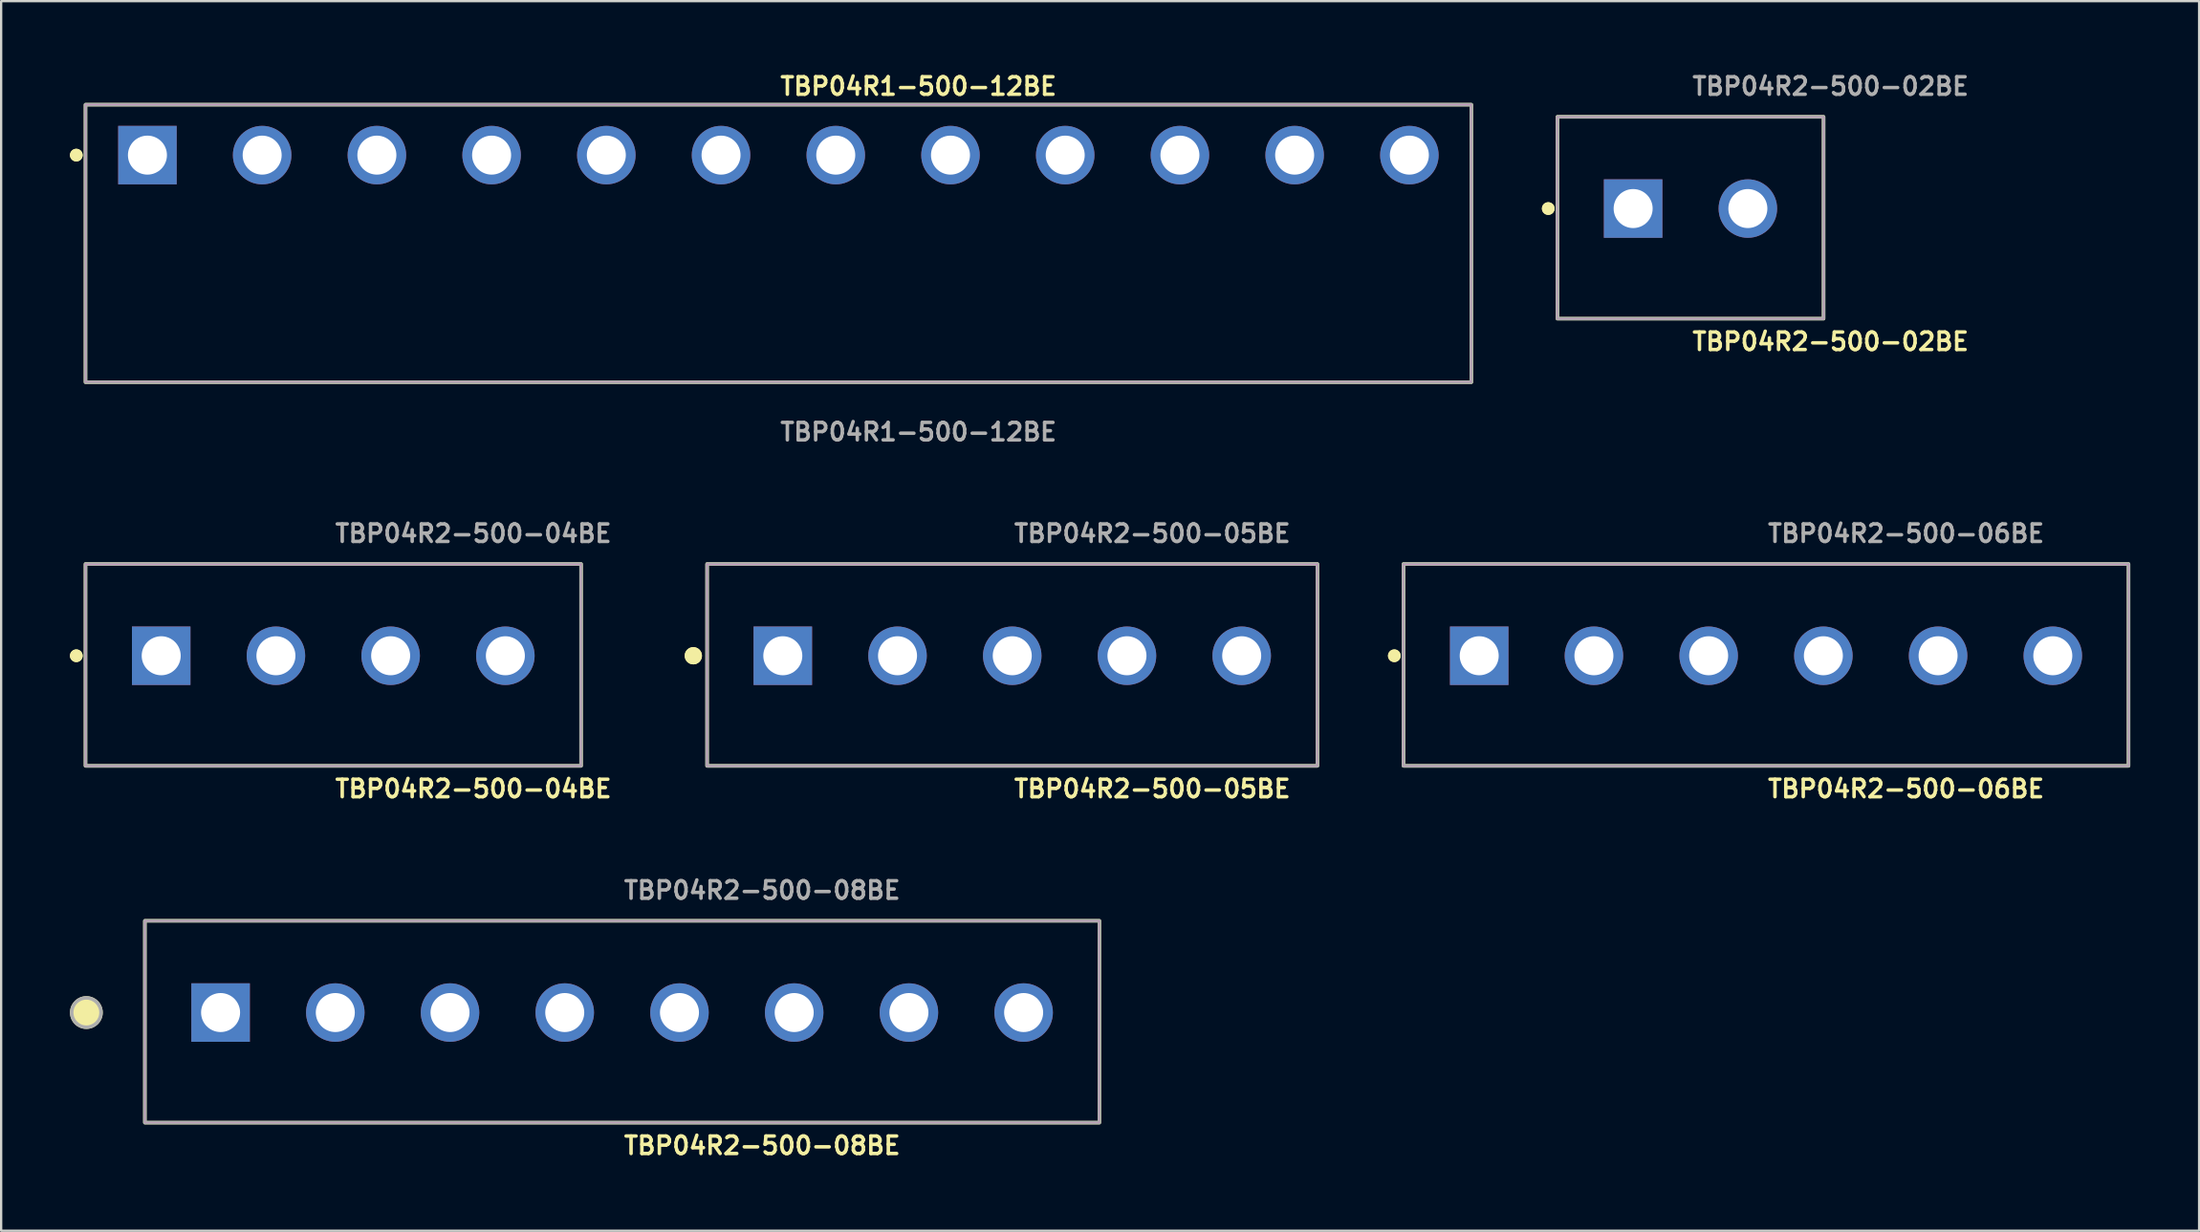
<source format=kicad_pcb>
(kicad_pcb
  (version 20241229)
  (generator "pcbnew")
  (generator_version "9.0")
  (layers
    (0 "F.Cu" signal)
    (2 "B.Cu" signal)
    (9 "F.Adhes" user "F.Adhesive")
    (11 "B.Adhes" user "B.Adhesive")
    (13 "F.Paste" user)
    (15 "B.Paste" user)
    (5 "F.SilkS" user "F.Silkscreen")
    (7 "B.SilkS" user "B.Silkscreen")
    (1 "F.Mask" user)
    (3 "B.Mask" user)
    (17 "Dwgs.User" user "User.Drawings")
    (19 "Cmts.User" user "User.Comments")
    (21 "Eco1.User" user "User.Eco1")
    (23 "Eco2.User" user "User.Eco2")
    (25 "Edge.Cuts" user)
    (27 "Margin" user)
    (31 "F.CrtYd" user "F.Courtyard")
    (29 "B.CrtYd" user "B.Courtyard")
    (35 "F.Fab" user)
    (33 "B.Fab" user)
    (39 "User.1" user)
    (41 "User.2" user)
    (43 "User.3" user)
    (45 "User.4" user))
  (footprint "TBP04R2-500-05BE"
    (layer "F.Cu")
    (at 41.068 25.54)
    (property "Reference" "TBP04R2-500-05BE" (at 0 5.8 0) (unlocked yes) (layer "F.SilkS") (effects (font (size 0.762 0.762) (thickness 0.152)) (justify left)))
    (fp_rect (start -13.3 4.8) (end 13.3 -4) (stroke (width 0.152) (type solid)) (fill no) (layer "F.SilkS"))
    (fp_circle (center -13.9 0) (end -14.2 0) (stroke (width 0.152) (type solid)) (fill yes) (layer "F.SilkS"))
    (fp_circle (center -13.9 0) (end -14.2 0) (stroke (width 0.152) (type solid)) (fill yes) (layer "F.SilkS"))
    (fp_rect (start -13.3 4.8) (end 13.3 -4) (stroke (width 0.006) (type solid)) (fill no) (layer "F.CrtYd"))
    (fp_rect (start -13.3 4.8) (end 13.3 -4) (stroke (width 0.152) (type solid)) (fill no) (layer "F.Fab"))
    (fp_text user "${REFERENCE}" (at 0 -5.33 0) (unlocked yes) (layer "F.Fab") (effects (font (size 0.762 0.762) (thickness 0.152)) (justify left)))
    (pad "1" thru_hole rect (at -10 0) (size 2.55 2.55) (drill 1.7) (layers "*.Cu" "*.Mask"))
    (pad "2" thru_hole circle (at -5 0) (size 2.55 2.55) (drill 1.7) (layers "*.Cu" "*.Mask"))
    (pad "3" thru_hole circle (at 0 0) (size 2.55 2.55) (drill 1.7) (layers "*.Cu" "*.Mask"))
    (pad "4" thru_hole circle (at 5 0) (size 2.55 2.55) (drill 1.7) (layers "*.Cu" "*.Mask"))
    (pad "5" thru_hole circle (at 10 0) (size 2.55 2.55) (drill 1.7) (layers "*.Cu" "*.Mask")))
  (footprint "TBP04R2-500-06BE"
    (layer "F.Cu")
    (at 73.92 25.54)
    (property "Reference" "TBP04R2-500-06BE" (at 0 5.8 0) (unlocked yes) (layer "F.SilkS") (effects (font (size 0.762 0.762) (thickness 0.152)) (justify left)))
    (fp_rect (start -15.8 4.8) (end 15.8 -4) (stroke (width 0.152) (type solid)) (fill no) (layer "F.SilkS"))
    (fp_circle (center -16.2 0) (end -16.4 0) (stroke (width 0.152) (type solid)) (fill yes) (layer "F.SilkS"))
    (fp_circle (center -16.2 0) (end -16.4 0) (stroke (width 0.152) (type solid)) (fill yes) (layer "F.SilkS"))
    (fp_rect (start -15.8 4.8) (end 15.8 -4) (stroke (width 0.006) (type solid)) (fill no) (layer "F.CrtYd"))
    (fp_rect (start -15.8 4.8) (end 15.8 -4) (stroke (width 0.152) (type solid)) (fill no) (layer "F.Fab"))
    (fp_text user "${REFERENCE}" (at 0 -5.33 0) (unlocked yes) (layer "F.Fab") (effects (font (size 0.762 0.762) (thickness 0.152)) (justify left)))
    (pad "1" thru_hole rect (at -12.5 0) (size 2.55 2.55) (drill 1.7) (layers "*.Cu" "*.Mask"))
    (pad "2" thru_hole circle (at -7.5 0) (size 2.55 2.55) (drill 1.7) (layers "*.Cu" "*.Mask"))
    (pad "3" thru_hole circle (at -2.5 0) (size 2.55 2.55) (drill 1.7) (layers "*.Cu" "*.Mask"))
    (pad "4" thru_hole circle (at 2.5 0) (size 2.55 2.55) (drill 1.7) (layers "*.Cu" "*.Mask"))
    (pad "5" thru_hole circle (at 7.5 0) (size 2.55 2.55) (drill 1.7) (layers "*.Cu" "*.Mask"))
    (pad "6" thru_hole circle (at 12.5 0) (size 2.55 2.55) (drill 1.7) (layers "*.Cu" "*.Mask")))
  (footprint "TBP04R2-500-04BE"
    (layer "F.Cu")
    (at 11.476 25.54)
    (property "Reference" "TBP04R2-500-04BE" (at 0 5.8 0) (unlocked yes) (layer "F.SilkS") (effects (font (size 0.762 0.762) (thickness 0.152)) (justify left)))
    (fp_rect (start -10.8 4.8) (end 10.8 -4) (stroke (width 0.152) (type solid)) (fill no) (layer "F.SilkS"))
    (fp_circle (center -11.2 0) (end -11.4 0) (stroke (width 0.152) (type solid)) (fill yes) (layer "F.SilkS"))
    (fp_circle (center -11.2 0) (end -11.4 0) (stroke (width 0.152) (type solid)) (fill yes) (layer "F.SilkS"))
    (fp_rect (start -10.8 4.8) (end 10.8 -4) (stroke (width 0.006) (type solid)) (fill no) (layer "F.CrtYd"))
    (fp_rect (start -10.8 4.8) (end 10.8 -4) (stroke (width 0.152) (type solid)) (fill no) (layer "F.Fab"))
    (fp_text user "${REFERENCE}" (at 0 -5.33 0) (unlocked yes) (layer "F.Fab") (effects (font (size 0.762 0.762) (thickness 0.152)) (justify left)))
    (pad "1" thru_hole rect (at -7.5 0) (size 2.55 2.55) (drill 1.7) (layers "*.Cu" "*.Mask"))
    (pad "2" thru_hole circle (at -2.5 0) (size 2.55 2.55) (drill 1.7) (layers "*.Cu" "*.Mask"))
    (pad "3" thru_hole circle (at 2.5 0) (size 2.55 2.55) (drill 1.7) (layers "*.Cu" "*.Mask"))
    (pad "4" thru_hole circle (at 7.5 0) (size 2.55 2.55) (drill 1.7) (layers "*.Cu" "*.Mask")))
  (footprint "TBP04R1-500-12BE"
    (layer "F.Cu")
    (at 30.876 3.713)
    (property "Reference" "TBP04R1-500-12BE" (at 0 -3 0) (unlocked yes) (layer "F.SilkS") (effects (font (size 0.762 0.762) (thickness 0.152)) (justify left)))
    (fp_rect (start -30.2 9.9) (end 30.2 -2.2) (stroke (width 0.152) (type solid)) (fill no) (layer "F.SilkS"))
    (fp_circle (center -30.6 0) (end -30.8 0) (stroke (width 0.152) (type solid)) (fill yes) (layer "F.SilkS"))
    (fp_circle (center -30.6 0) (end -30.8 0) (stroke (width 0.152) (type solid)) (fill yes) (layer "F.SilkS"))
    (fp_rect (start -30.2 9.9) (end 30.2 -2.2) (stroke (width 0.006) (type solid)) (fill no) (layer "F.CrtYd"))
    (fp_rect (start -30.2 9.9) (end 30.2 -2.2) (stroke (width 0.152) (type solid)) (fill no) (layer "F.Fab"))
    (fp_text user "${REFERENCE}" (at 0 12.07 0) (unlocked yes) (layer "F.Fab") (effects (font (size 0.762 0.762) (thickness 0.152)) (justify left)))
    (pad "1" thru_hole rect (at -27.5 0) (size 2.55 2.55) (drill 1.7) (layers "*.Cu" "*.Mask"))
    (pad "2" thru_hole circle (at -22.5 0) (size 2.55 2.55) (drill 1.7) (layers "*.Cu" "*.Mask"))
    (pad "3" thru_hole circle (at -17.5 0) (size 2.55 2.55) (drill 1.7) (layers "*.Cu" "*.Mask"))
    (pad "4" thru_hole circle (at -12.5 0) (size 2.55 2.55) (drill 1.7) (layers "*.Cu" "*.Mask"))
    (pad "5" thru_hole circle (at -7.5 0) (size 2.55 2.55) (drill 1.7) (layers "*.Cu" "*.Mask"))
    (pad "6" thru_hole circle (at -2.5 0) (size 2.55 2.55) (drill 1.7) (layers "*.Cu" "*.Mask"))
    (pad "7" thru_hole circle (at 2.5 0) (size 2.55 2.55) (drill 1.7) (layers "*.Cu" "*.Mask"))
    (pad "8" thru_hole circle (at 7.5 0) (size 2.55 2.55) (drill 1.7) (layers "*.Cu" "*.Mask"))
    (pad "9" thru_hole circle (at 12.5 0) (size 2.55 2.55) (drill 1.7) (layers "*.Cu" "*.Mask"))
    (pad "10" thru_hole circle (at 17.5 0) (size 2.55 2.55) (drill 1.7) (layers "*.Cu" "*.Mask"))
    (pad "11" thru_hole circle (at 22.5 0) (size 2.55 2.55) (drill 1.7) (layers "*.Cu" "*.Mask"))
    (pad "12" thru_hole circle (at 27.5 0) (size 2.55 2.55) (drill 1.7) (layers "*.Cu" "*.Mask")))
  (footprint "TBP04R2-500-02BE"
    (layer "F.Cu")
    (at 70.629 6.043)
    (property "Reference" "TBP04R2-500-02BE" (at 0 5.8 0) (unlocked yes) (layer "F.SilkS") (effects (font (size 0.762 0.762) (thickness 0.152)) (justify left)))
    (fp_rect (start -5.8 4.8) (end 5.8 -4) (stroke (width 0.152) (type solid)) (fill no) (layer "F.SilkS"))
    (fp_circle (center -6.2 0) (end -6.4 0) (stroke (width 0.152) (type solid)) (fill yes) (layer "F.SilkS"))
    (fp_circle (center -6.2 0) (end -6.4 0) (stroke (width 0.152) (type solid)) (fill yes) (layer "F.SilkS"))
    (fp_rect (start -5.8 4.8) (end 5.8 -4) (stroke (width 0.006) (type solid)) (fill no) (layer "F.CrtYd"))
    (fp_rect (start -5.8 4.8) (end 5.8 -4) (stroke (width 0.152) (type solid)) (fill no) (layer "F.Fab"))
    (fp_text user "${REFERENCE}" (at 0 -5.33 0) (unlocked yes) (layer "F.Fab") (effects (font (size 0.762 0.762) (thickness 0.152)) (justify left)))
    (pad "1" thru_hole rect (at -2.5 0) (size 2.55 2.55) (drill 1.7) (layers "*.Cu" "*.Mask"))
    (pad "2" thru_hole circle (at 2.5 0) (size 2.55 2.55) (drill 1.7) (layers "*.Cu" "*.Mask")))
  (footprint "TBP04R2-500-08BE"
    (layer "F.Cu")
    (at 24.064 41.096)
    (property "Reference" "TBP04R2-500-08BE" (at 0 5.8 0) (unlocked yes) (layer "F.SilkS") (effects (font (size 0.762 0.762) (thickness 0.152)) (justify left)))
    (fp_rect (start -20.8 4.8) (end 20.8 -4) (stroke (width 0.152) (type solid)) (fill no) (layer "F.SilkS"))
    (fp_circle (center -23.35 0) (end -23.988 0) (stroke (width 0.152) (type solid)) (fill yes) (layer "F.SilkS"))
    (fp_rect (start -20.8 4.8) (end 20.8 -4) (stroke (width 0.006) (type solid)) (fill no) (layer "F.CrtYd"))
    (fp_rect (start -20.8 4.8) (end 20.8 -4) (stroke (width 0.152) (type solid)) (fill no) (layer "F.Fab"))
    (fp_circle (center -23.35 0) (end -23.988 0) (stroke (width 0.152) (type solid)) (fill no) (layer "F.Fab"))
    (fp_text user "${REFERENCE}" (at 0 -5.33 0) (unlocked yes) (layer "F.Fab") (effects (font (size 0.762 0.762) (thickness 0.152)) (justify left)))
    (pad "1" thru_hole rect (at -17.5 0) (size 2.55 2.55) (drill 1.7) (layers "*.Cu" "*.Mask"))
    (pad "2" thru_hole circle (at -12.5 0) (size 2.55 2.55) (drill 1.7) (layers "*.Cu" "*.Mask"))
    (pad "3" thru_hole circle (at -7.5 0) (size 2.55 2.55) (drill 1.7) (layers "*.Cu" "*.Mask"))
    (pad "4" thru_hole circle (at -2.5 0) (size 2.55 2.55) (drill 1.7) (layers "*.Cu" "*.Mask"))
    (pad "5" thru_hole circle (at 2.5 0) (size 2.55 2.55) (drill 1.7) (layers "*.Cu" "*.Mask"))
    (pad "6" thru_hole circle (at 7.5 0) (size 2.55 2.55) (drill 1.7) (layers "*.Cu" "*.Mask"))
    (pad "7" thru_hole circle (at 12.5 0) (size 2.55 2.55) (drill 1.7) (layers "*.Cu" "*.Mask"))
    (pad "8" thru_hole circle (at 17.5 0) (size 2.55 2.55) (drill 1.7) (layers "*.Cu" "*.Mask")))
  (gr_rect
    (start -3 -3)
    (end 92.796 50.609)
    (stroke (width 0.1) (type default))
    (fill no)
    (layer "Edge.Cuts")))
</source>
